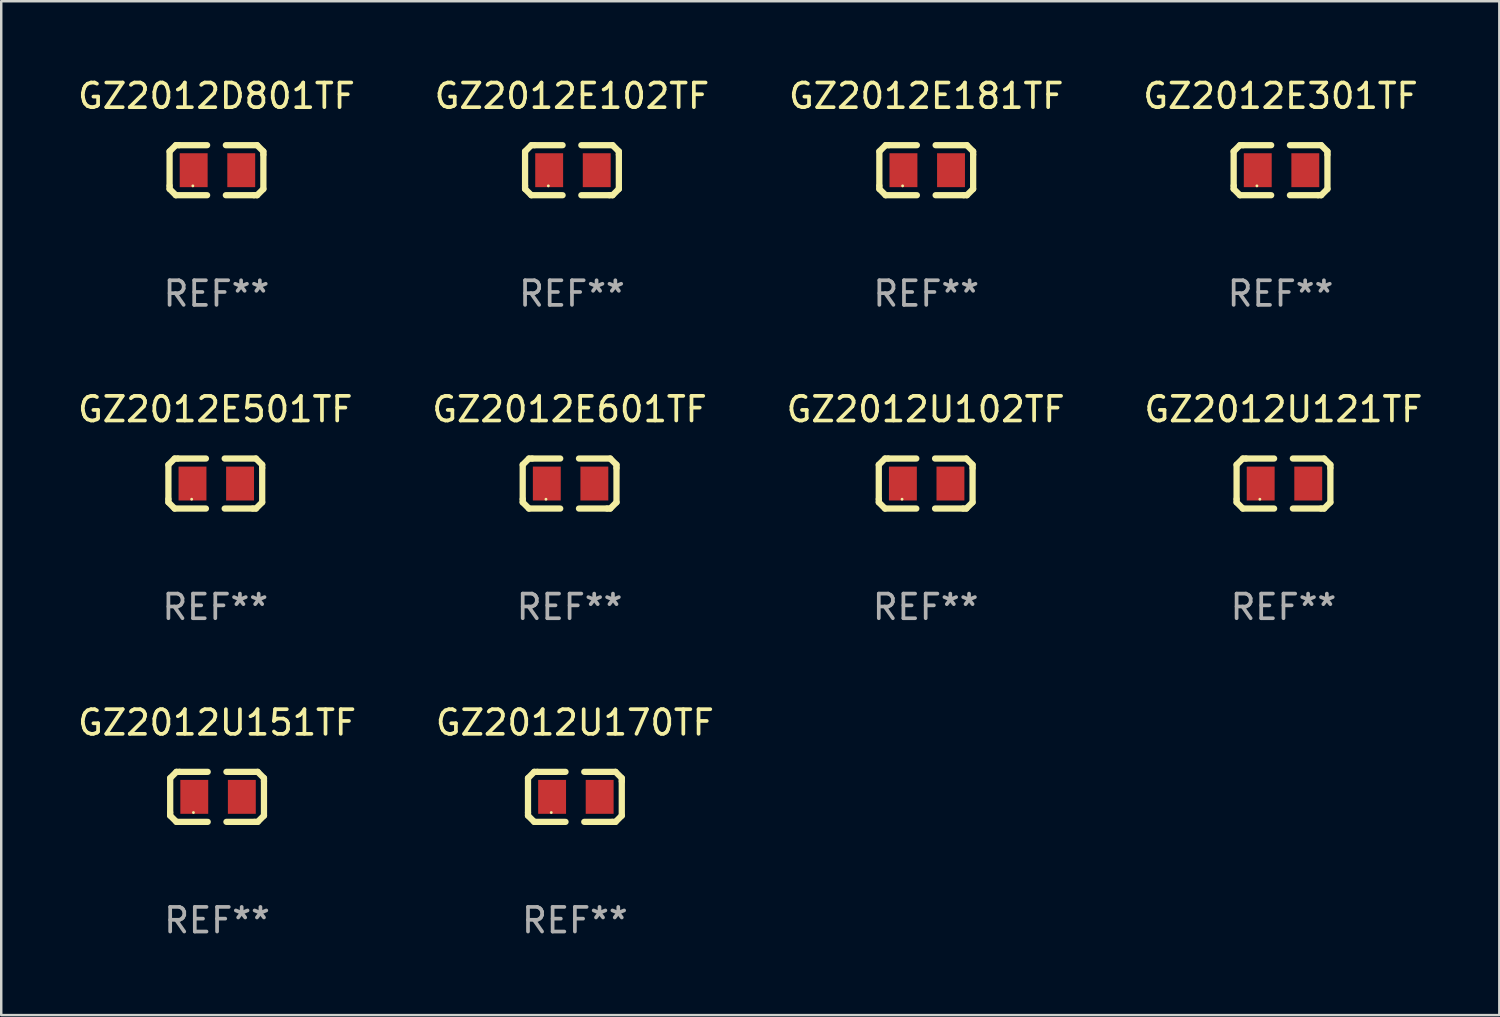
<source format=kicad_pcb>
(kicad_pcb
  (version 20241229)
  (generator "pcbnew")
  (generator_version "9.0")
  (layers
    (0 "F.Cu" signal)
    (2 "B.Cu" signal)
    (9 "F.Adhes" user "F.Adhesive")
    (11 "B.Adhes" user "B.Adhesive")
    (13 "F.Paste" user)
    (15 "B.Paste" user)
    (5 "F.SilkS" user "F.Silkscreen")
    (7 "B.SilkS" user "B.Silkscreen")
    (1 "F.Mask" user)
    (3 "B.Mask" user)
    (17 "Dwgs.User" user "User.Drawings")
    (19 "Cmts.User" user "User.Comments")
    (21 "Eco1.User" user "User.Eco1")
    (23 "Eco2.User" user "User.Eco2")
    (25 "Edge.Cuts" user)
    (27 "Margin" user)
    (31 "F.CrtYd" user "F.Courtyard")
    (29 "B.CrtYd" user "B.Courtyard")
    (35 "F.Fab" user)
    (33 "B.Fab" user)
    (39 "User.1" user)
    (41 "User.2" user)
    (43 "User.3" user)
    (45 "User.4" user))
  (footprint "GZ2012U102TF"
    (layer "F.Cu")
    (at 34.554 16.593)
    (property "Reference" "GZ2012U102TF" (at 0 -3.016 0) (layer "F.SilkS") (effects (font (size 1 1) (thickness 0.15))))
    (attr through_hole)
    (fp_line (start -1.905 -0.762) (end -1.905 0.635) (stroke (width 0.254) (type solid)) (layer "F.SilkS"))
    (fp_line (start -1.905 0.635) (end -1.905 0.762) (stroke (width 0.254) (type solid)) (layer "F.SilkS"))
    (fp_line (start -1.905 0.762) (end -1.651 1.016) (stroke (width 0.254) (type solid)) (layer "F.SilkS"))
    (fp_line (start -1.651 -1.016) (end -1.905 -0.762) (stroke (width 0.254) (type solid)) (layer "F.SilkS"))
    (fp_line (start -1.651 1.016) (end -0.381 1.016) (stroke (width 0.254) (type solid)) (layer "F.SilkS"))
    (fp_line (start -1.524 -1.016) (end -1.651 -1.016) (stroke (width 0.254) (type solid)) (layer "F.SilkS"))
    (fp_line (start -0.381 -1.016) (end -1.524 -1.016) (stroke (width 0.254) (type solid)) (layer "F.SilkS"))
    (fp_line (start 0.381 1.016) (end 1.524 1.016) (stroke (width 0.254) (type solid)) (layer "F.SilkS"))
    (fp_line (start 1.524 1.016) (end 1.651 1.016) (stroke (width 0.254) (type solid)) (layer "F.SilkS"))
    (fp_line (start 1.651 -1.016) (end 0.381 -1.016) (stroke (width 0.254) (type solid)) (layer "F.SilkS"))
    (fp_line (start 1.651 1.016) (end 1.905 0.762) (stroke (width 0.254) (type solid)) (layer "F.SilkS"))
    (fp_line (start 1.905 -0.762) (end 1.651 -1.016) (stroke (width 0.254) (type solid)) (layer "F.SilkS"))
    (fp_line (start 1.905 -0.635) (end 1.905 -0.762) (stroke (width 0.254) (type solid)) (layer "F.SilkS"))
    (fp_line (start 1.905 0.762) (end 1.905 -0.635) (stroke (width 0.254) (type solid)) (layer "F.SilkS"))
    (fp_circle (center -0.96 0.637) (end -0.93 0.637) (stroke (width 0.06) (type solid)) (fill no) (layer "F.SilkS"))
    (fp_text user "REF**" (at 0 5.016 0) (layer "F.Fab") (effects (font (size 1 1) (thickness 0.15))))
    (pad "1" smd rect (at -0.926 -0.000051) (size 1.133 1.377) (layers "F.Cu" "F.Mask" "F.Paste"))
    (pad "2" smd rect (at 1.006 -0.000051) (size 1.133 1.377) (layers "F.Cu" "F.Mask" "F.Paste")))
  (footprint "GZ2012E601TF"
    (layer "F.Cu")
    (at 20.089 16.593)
    (property "Reference" "GZ2012E601TF" (at 0 -3.016 0) (layer "F.SilkS") (effects (font (size 1 1) (thickness 0.15))))
    (attr through_hole)
    (fp_line (start -1.905 -0.762) (end -1.905 0.635) (stroke (width 0.254) (type solid)) (layer "F.SilkS"))
    (fp_line (start -1.905 0.635) (end -1.905 0.762) (stroke (width 0.254) (type solid)) (layer "F.SilkS"))
    (fp_line (start -1.905 0.762) (end -1.651 1.016) (stroke (width 0.254) (type solid)) (layer "F.SilkS"))
    (fp_line (start -1.651 -1.016) (end -1.905 -0.762) (stroke (width 0.254) (type solid)) (layer "F.SilkS"))
    (fp_line (start -1.651 1.016) (end -0.381 1.016) (stroke (width 0.254) (type solid)) (layer "F.SilkS"))
    (fp_line (start -1.524 -1.016) (end -1.651 -1.016) (stroke (width 0.254) (type solid)) (layer "F.SilkS"))
    (fp_line (start -0.381 -1.016) (end -1.524 -1.016) (stroke (width 0.254) (type solid)) (layer "F.SilkS"))
    (fp_line (start 0.381 1.016) (end 1.524 1.016) (stroke (width 0.254) (type solid)) (layer "F.SilkS"))
    (fp_line (start 1.524 1.016) (end 1.651 1.016) (stroke (width 0.254) (type solid)) (layer "F.SilkS"))
    (fp_line (start 1.651 -1.016) (end 0.381 -1.016) (stroke (width 0.254) (type solid)) (layer "F.SilkS"))
    (fp_line (start 1.651 1.016) (end 1.905 0.762) (stroke (width 0.254) (type solid)) (layer "F.SilkS"))
    (fp_line (start 1.905 -0.762) (end 1.651 -1.016) (stroke (width 0.254) (type solid)) (layer "F.SilkS"))
    (fp_line (start 1.905 -0.635) (end 1.905 -0.762) (stroke (width 0.254) (type solid)) (layer "F.SilkS"))
    (fp_line (start 1.905 0.762) (end 1.905 -0.635) (stroke (width 0.254) (type solid)) (layer "F.SilkS"))
    (fp_circle (center -0.96 0.637) (end -0.93 0.637) (stroke (width 0.06) (type solid)) (fill no) (layer "F.SilkS"))
    (fp_text user "REF**" (at 0 5.016 0) (layer "F.Fab") (effects (font (size 1 1) (thickness 0.15))))
    (pad "1" smd rect (at -0.926 -0.000051) (size 1.133 1.377) (layers "F.Cu" "F.Mask" "F.Paste"))
    (pad "2" smd rect (at 1.006 -0.000051) (size 1.133 1.377) (layers "F.Cu" "F.Mask" "F.Paste")))
  (footprint "GZ2012U170TF"
    (layer "F.Cu")
    (at 20.304 29.321)
    (property "Reference" "GZ2012U170TF" (at 0 -3.016 0) (layer "F.SilkS") (effects (font (size 1 1) (thickness 0.15))))
    (attr through_hole)
    (fp_line (start -1.905 -0.762) (end -1.905 0.635) (stroke (width 0.254) (type solid)) (layer "F.SilkS"))
    (fp_line (start -1.905 0.635) (end -1.905 0.762) (stroke (width 0.254) (type solid)) (layer "F.SilkS"))
    (fp_line (start -1.905 0.762) (end -1.651 1.016) (stroke (width 0.254) (type solid)) (layer "F.SilkS"))
    (fp_line (start -1.651 -1.016) (end -1.905 -0.762) (stroke (width 0.254) (type solid)) (layer "F.SilkS"))
    (fp_line (start -1.651 1.016) (end -0.381 1.016) (stroke (width 0.254) (type solid)) (layer "F.SilkS"))
    (fp_line (start -1.524 -1.016) (end -1.651 -1.016) (stroke (width 0.254) (type solid)) (layer "F.SilkS"))
    (fp_line (start -0.381 -1.016) (end -1.524 -1.016) (stroke (width 0.254) (type solid)) (layer "F.SilkS"))
    (fp_line (start 0.381 1.016) (end 1.524 1.016) (stroke (width 0.254) (type solid)) (layer "F.SilkS"))
    (fp_line (start 1.524 1.016) (end 1.651 1.016) (stroke (width 0.254) (type solid)) (layer "F.SilkS"))
    (fp_line (start 1.651 -1.016) (end 0.381 -1.016) (stroke (width 0.254) (type solid)) (layer "F.SilkS"))
    (fp_line (start 1.651 1.016) (end 1.905 0.762) (stroke (width 0.254) (type solid)) (layer "F.SilkS"))
    (fp_line (start 1.905 -0.762) (end 1.651 -1.016) (stroke (width 0.254) (type solid)) (layer "F.SilkS"))
    (fp_line (start 1.905 -0.635) (end 1.905 -0.762) (stroke (width 0.254) (type solid)) (layer "F.SilkS"))
    (fp_line (start 1.905 0.762) (end 1.905 -0.635) (stroke (width 0.254) (type solid)) (layer "F.SilkS"))
    (fp_circle (center -0.96 0.637) (end -0.93 0.637) (stroke (width 0.06) (type solid)) (fill no) (layer "F.SilkS"))
    (fp_text user "REF**" (at 0 5.016 0) (layer "F.Fab") (effects (font (size 1 1) (thickness 0.15))))
    (pad "1" smd rect (at -0.926 -0.000051) (size 1.133 1.377) (layers "F.Cu" "F.Mask" "F.Paste"))
    (pad "2" smd rect (at 1.006 -0.000051) (size 1.133 1.377) (layers "F.Cu" "F.Mask" "F.Paste")))
  (footprint "GZ2012U151TF"
    (layer "F.Cu")
    (at 5.768 29.321)
    (property "Reference" "GZ2012U151TF" (at 0 -3.016 0) (layer "F.SilkS") (effects (font (size 1 1) (thickness 0.15))))
    (attr through_hole)
    (fp_line (start -1.905 -0.762) (end -1.905 0.635) (stroke (width 0.254) (type solid)) (layer "F.SilkS"))
    (fp_line (start -1.905 0.635) (end -1.905 0.762) (stroke (width 0.254) (type solid)) (layer "F.SilkS"))
    (fp_line (start -1.905 0.762) (end -1.651 1.016) (stroke (width 0.254) (type solid)) (layer "F.SilkS"))
    (fp_line (start -1.651 -1.016) (end -1.905 -0.762) (stroke (width 0.254) (type solid)) (layer "F.SilkS"))
    (fp_line (start -1.651 1.016) (end -0.381 1.016) (stroke (width 0.254) (type solid)) (layer "F.SilkS"))
    (fp_line (start -1.524 -1.016) (end -1.651 -1.016) (stroke (width 0.254) (type solid)) (layer "F.SilkS"))
    (fp_line (start -0.381 -1.016) (end -1.524 -1.016) (stroke (width 0.254) (type solid)) (layer "F.SilkS"))
    (fp_line (start 0.381 1.016) (end 1.524 1.016) (stroke (width 0.254) (type solid)) (layer "F.SilkS"))
    (fp_line (start 1.524 1.016) (end 1.651 1.016) (stroke (width 0.254) (type solid)) (layer "F.SilkS"))
    (fp_line (start 1.651 -1.016) (end 0.381 -1.016) (stroke (width 0.254) (type solid)) (layer "F.SilkS"))
    (fp_line (start 1.651 1.016) (end 1.905 0.762) (stroke (width 0.254) (type solid)) (layer "F.SilkS"))
    (fp_line (start 1.905 -0.762) (end 1.651 -1.016) (stroke (width 0.254) (type solid)) (layer "F.SilkS"))
    (fp_line (start 1.905 -0.635) (end 1.905 -0.762) (stroke (width 0.254) (type solid)) (layer "F.SilkS"))
    (fp_line (start 1.905 0.762) (end 1.905 -0.635) (stroke (width 0.254) (type solid)) (layer "F.SilkS"))
    (fp_circle (center -0.96 0.637) (end -0.93 0.637) (stroke (width 0.06) (type solid)) (fill no) (layer "F.SilkS"))
    (fp_text user "REF**" (at 0 5.016 0) (layer "F.Fab") (effects (font (size 1 1) (thickness 0.15))))
    (pad "1" smd rect (at -0.926 -0.000051) (size 1.133 1.377) (layers "F.Cu" "F.Mask" "F.Paste"))
    (pad "2" smd rect (at 1.006 -0.000051) (size 1.133 1.377) (layers "F.Cu" "F.Mask" "F.Paste")))
  (footprint "GZ2012E501TF"
    (layer "F.Cu")
    (at 5.696 16.593)
    (property "Reference" "GZ2012E501TF" (at 0 -3.016 0) (layer "F.SilkS") (effects (font (size 1 1) (thickness 0.15))))
    (attr through_hole)
    (fp_line (start -1.905 -0.762) (end -1.905 0.635) (stroke (width 0.254) (type solid)) (layer "F.SilkS"))
    (fp_line (start -1.905 0.635) (end -1.905 0.762) (stroke (width 0.254) (type solid)) (layer "F.SilkS"))
    (fp_line (start -1.905 0.762) (end -1.651 1.016) (stroke (width 0.254) (type solid)) (layer "F.SilkS"))
    (fp_line (start -1.651 -1.016) (end -1.905 -0.762) (stroke (width 0.254) (type solid)) (layer "F.SilkS"))
    (fp_line (start -1.651 1.016) (end -0.381 1.016) (stroke (width 0.254) (type solid)) (layer "F.SilkS"))
    (fp_line (start -1.524 -1.016) (end -1.651 -1.016) (stroke (width 0.254) (type solid)) (layer "F.SilkS"))
    (fp_line (start -0.381 -1.016) (end -1.524 -1.016) (stroke (width 0.254) (type solid)) (layer "F.SilkS"))
    (fp_line (start 0.381 1.016) (end 1.524 1.016) (stroke (width 0.254) (type solid)) (layer "F.SilkS"))
    (fp_line (start 1.524 1.016) (end 1.651 1.016) (stroke (width 0.254) (type solid)) (layer "F.SilkS"))
    (fp_line (start 1.651 -1.016) (end 0.381 -1.016) (stroke (width 0.254) (type solid)) (layer "F.SilkS"))
    (fp_line (start 1.651 1.016) (end 1.905 0.762) (stroke (width 0.254) (type solid)) (layer "F.SilkS"))
    (fp_line (start 1.905 -0.762) (end 1.651 -1.016) (stroke (width 0.254) (type solid)) (layer "F.SilkS"))
    (fp_line (start 1.905 -0.635) (end 1.905 -0.762) (stroke (width 0.254) (type solid)) (layer "F.SilkS"))
    (fp_line (start 1.905 0.762) (end 1.905 -0.635) (stroke (width 0.254) (type solid)) (layer "F.SilkS"))
    (fp_circle (center -0.96 0.637) (end -0.93 0.637) (stroke (width 0.06) (type solid)) (fill no) (layer "F.SilkS"))
    (fp_text user "REF**" (at 0 5.016 0) (layer "F.Fab") (effects (font (size 1 1) (thickness 0.15))))
    (pad "1" smd rect (at -0.926 -0.000051) (size 1.133 1.377) (layers "F.Cu" "F.Mask" "F.Paste"))
    (pad "2" smd rect (at 1.006 -0.000051) (size 1.133 1.377) (layers "F.Cu" "F.Mask" "F.Paste")))
  (footprint "GZ2012U121TF"
    (layer "F.Cu")
    (at 49.089 16.593)
    (property "Reference" "GZ2012U121TF" (at 0 -3.016 0) (layer "F.SilkS") (effects (font (size 1 1) (thickness 0.15))))
    (attr through_hole)
    (fp_line (start -1.905 -0.762) (end -1.905 0.635) (stroke (width 0.254) (type solid)) (layer "F.SilkS"))
    (fp_line (start -1.905 0.635) (end -1.905 0.762) (stroke (width 0.254) (type solid)) (layer "F.SilkS"))
    (fp_line (start -1.905 0.762) (end -1.651 1.016) (stroke (width 0.254) (type solid)) (layer "F.SilkS"))
    (fp_line (start -1.651 -1.016) (end -1.905 -0.762) (stroke (width 0.254) (type solid)) (layer "F.SilkS"))
    (fp_line (start -1.651 1.016) (end -0.381 1.016) (stroke (width 0.254) (type solid)) (layer "F.SilkS"))
    (fp_line (start -1.524 -1.016) (end -1.651 -1.016) (stroke (width 0.254) (type solid)) (layer "F.SilkS"))
    (fp_line (start -0.381 -1.016) (end -1.524 -1.016) (stroke (width 0.254) (type solid)) (layer "F.SilkS"))
    (fp_line (start 0.381 1.016) (end 1.524 1.016) (stroke (width 0.254) (type solid)) (layer "F.SilkS"))
    (fp_line (start 1.524 1.016) (end 1.651 1.016) (stroke (width 0.254) (type solid)) (layer "F.SilkS"))
    (fp_line (start 1.651 -1.016) (end 0.381 -1.016) (stroke (width 0.254) (type solid)) (layer "F.SilkS"))
    (fp_line (start 1.651 1.016) (end 1.905 0.762) (stroke (width 0.254) (type solid)) (layer "F.SilkS"))
    (fp_line (start 1.905 -0.762) (end 1.651 -1.016) (stroke (width 0.254) (type solid)) (layer "F.SilkS"))
    (fp_line (start 1.905 -0.635) (end 1.905 -0.762) (stroke (width 0.254) (type solid)) (layer "F.SilkS"))
    (fp_line (start 1.905 0.762) (end 1.905 -0.635) (stroke (width 0.254) (type solid)) (layer "F.SilkS"))
    (fp_circle (center -0.96 0.637) (end -0.93 0.637) (stroke (width 0.06) (type solid)) (fill no) (layer "F.SilkS"))
    (fp_text user "REF**" (at 0 5.016 0) (layer "F.Fab") (effects (font (size 1 1) (thickness 0.15))))
    (pad "1" smd rect (at -0.926 -0.000051) (size 1.133 1.377) (layers "F.Cu" "F.Mask" "F.Paste"))
    (pad "2" smd rect (at 1.006 -0.000051) (size 1.133 1.377) (layers "F.Cu" "F.Mask" "F.Paste")))
  (footprint "GZ2012E301TF"
    (layer "F.Cu")
    (at 48.97 3.864)
    (property "Reference" "GZ2012E301TF" (at 0 -3.016 0) (layer "F.SilkS") (effects (font (size 1 1) (thickness 0.15))))
    (attr through_hole)
    (fp_line (start -1.905 -0.762) (end -1.905 0.635) (stroke (width 0.254) (type solid)) (layer "F.SilkS"))
    (fp_line (start -1.905 0.635) (end -1.905 0.762) (stroke (width 0.254) (type solid)) (layer "F.SilkS"))
    (fp_line (start -1.905 0.762) (end -1.651 1.016) (stroke (width 0.254) (type solid)) (layer "F.SilkS"))
    (fp_line (start -1.651 -1.016) (end -1.905 -0.762) (stroke (width 0.254) (type solid)) (layer "F.SilkS"))
    (fp_line (start -1.651 1.016) (end -0.381 1.016) (stroke (width 0.254) (type solid)) (layer "F.SilkS"))
    (fp_line (start -1.524 -1.016) (end -1.651 -1.016) (stroke (width 0.254) (type solid)) (layer "F.SilkS"))
    (fp_line (start -0.381 -1.016) (end -1.524 -1.016) (stroke (width 0.254) (type solid)) (layer "F.SilkS"))
    (fp_line (start 0.381 1.016) (end 1.524 1.016) (stroke (width 0.254) (type solid)) (layer "F.SilkS"))
    (fp_line (start 1.524 1.016) (end 1.651 1.016) (stroke (width 0.254) (type solid)) (layer "F.SilkS"))
    (fp_line (start 1.651 -1.016) (end 0.381 -1.016) (stroke (width 0.254) (type solid)) (layer "F.SilkS"))
    (fp_line (start 1.651 1.016) (end 1.905 0.762) (stroke (width 0.254) (type solid)) (layer "F.SilkS"))
    (fp_line (start 1.905 -0.762) (end 1.651 -1.016) (stroke (width 0.254) (type solid)) (layer "F.SilkS"))
    (fp_line (start 1.905 -0.635) (end 1.905 -0.762) (stroke (width 0.254) (type solid)) (layer "F.SilkS"))
    (fp_line (start 1.905 0.762) (end 1.905 -0.635) (stroke (width 0.254) (type solid)) (layer "F.SilkS"))
    (fp_circle (center -0.96 0.637) (end -0.93 0.637) (stroke (width 0.06) (type solid)) (fill no) (layer "F.SilkS"))
    (fp_text user "REF**" (at 0 5.016 0) (layer "F.Fab") (effects (font (size 1 1) (thickness 0.15))))
    (pad "1" smd rect (at -0.926 -0.000051) (size 1.133 1.377) (layers "F.Cu" "F.Mask" "F.Paste"))
    (pad "2" smd rect (at 1.006 -0.000051) (size 1.133 1.377) (layers "F.Cu" "F.Mask" "F.Paste")))
  (footprint "GZ2012E181TF"
    (layer "F.Cu")
    (at 34.577 3.864)
    (property "Reference" "GZ2012E181TF" (at 0 -3.016 0) (layer "F.SilkS") (effects (font (size 1 1) (thickness 0.15))))
    (attr through_hole)
    (fp_line (start -1.905 -0.762) (end -1.905 0.635) (stroke (width 0.254) (type solid)) (layer "F.SilkS"))
    (fp_line (start -1.905 0.635) (end -1.905 0.762) (stroke (width 0.254) (type solid)) (layer "F.SilkS"))
    (fp_line (start -1.905 0.762) (end -1.651 1.016) (stroke (width 0.254) (type solid)) (layer "F.SilkS"))
    (fp_line (start -1.651 -1.016) (end -1.905 -0.762) (stroke (width 0.254) (type solid)) (layer "F.SilkS"))
    (fp_line (start -1.651 1.016) (end -0.381 1.016) (stroke (width 0.254) (type solid)) (layer "F.SilkS"))
    (fp_line (start -1.524 -1.016) (end -1.651 -1.016) (stroke (width 0.254) (type solid)) (layer "F.SilkS"))
    (fp_line (start -0.381 -1.016) (end -1.524 -1.016) (stroke (width 0.254) (type solid)) (layer "F.SilkS"))
    (fp_line (start 0.381 1.016) (end 1.524 1.016) (stroke (width 0.254) (type solid)) (layer "F.SilkS"))
    (fp_line (start 1.524 1.016) (end 1.651 1.016) (stroke (width 0.254) (type solid)) (layer "F.SilkS"))
    (fp_line (start 1.651 -1.016) (end 0.381 -1.016) (stroke (width 0.254) (type solid)) (layer "F.SilkS"))
    (fp_line (start 1.651 1.016) (end 1.905 0.762) (stroke (width 0.254) (type solid)) (layer "F.SilkS"))
    (fp_line (start 1.905 -0.762) (end 1.651 -1.016) (stroke (width 0.254) (type solid)) (layer "F.SilkS"))
    (fp_line (start 1.905 -0.635) (end 1.905 -0.762) (stroke (width 0.254) (type solid)) (layer "F.SilkS"))
    (fp_line (start 1.905 0.762) (end 1.905 -0.635) (stroke (width 0.254) (type solid)) (layer "F.SilkS"))
    (fp_circle (center -0.96 0.637) (end -0.93 0.637) (stroke (width 0.06) (type solid)) (fill no) (layer "F.SilkS"))
    (fp_text user "REF**" (at 0 5.016 0) (layer "F.Fab") (effects (font (size 1 1) (thickness 0.15))))
    (pad "1" smd rect (at -0.926 -0.000051) (size 1.133 1.377) (layers "F.Cu" "F.Mask" "F.Paste"))
    (pad "2" smd rect (at 1.006 -0.000051) (size 1.133 1.377) (layers "F.Cu" "F.Mask" "F.Paste")))
  (footprint "GZ2012D801TF"
    (layer "F.Cu")
    (at 5.744 3.864)
    (property "Reference" "GZ2012D801TF" (at 0 -3.016 0) (layer "F.SilkS") (effects (font (size 1 1) (thickness 0.15))))
    (attr through_hole)
    (fp_line (start -1.905 -0.762) (end -1.905 0.635) (stroke (width 0.254) (type solid)) (layer "F.SilkS"))
    (fp_line (start -1.905 0.635) (end -1.905 0.762) (stroke (width 0.254) (type solid)) (layer "F.SilkS"))
    (fp_line (start -1.905 0.762) (end -1.651 1.016) (stroke (width 0.254) (type solid)) (layer "F.SilkS"))
    (fp_line (start -1.651 -1.016) (end -1.905 -0.762) (stroke (width 0.254) (type solid)) (layer "F.SilkS"))
    (fp_line (start -1.651 1.016) (end -0.381 1.016) (stroke (width 0.254) (type solid)) (layer "F.SilkS"))
    (fp_line (start -1.524 -1.016) (end -1.651 -1.016) (stroke (width 0.254) (type solid)) (layer "F.SilkS"))
    (fp_line (start -0.381 -1.016) (end -1.524 -1.016) (stroke (width 0.254) (type solid)) (layer "F.SilkS"))
    (fp_line (start 0.381 1.016) (end 1.524 1.016) (stroke (width 0.254) (type solid)) (layer "F.SilkS"))
    (fp_line (start 1.524 1.016) (end 1.651 1.016) (stroke (width 0.254) (type solid)) (layer "F.SilkS"))
    (fp_line (start 1.651 -1.016) (end 0.381 -1.016) (stroke (width 0.254) (type solid)) (layer "F.SilkS"))
    (fp_line (start 1.651 1.016) (end 1.905 0.762) (stroke (width 0.254) (type solid)) (layer "F.SilkS"))
    (fp_line (start 1.905 -0.762) (end 1.651 -1.016) (stroke (width 0.254) (type solid)) (layer "F.SilkS"))
    (fp_line (start 1.905 -0.635) (end 1.905 -0.762) (stroke (width 0.254) (type solid)) (layer "F.SilkS"))
    (fp_line (start 1.905 0.762) (end 1.905 -0.635) (stroke (width 0.254) (type solid)) (layer "F.SilkS"))
    (fp_circle (center -0.96 0.637) (end -0.93 0.637) (stroke (width 0.06) (type solid)) (fill no) (layer "F.SilkS"))
    (fp_text user "REF**" (at 0 5.016 0) (layer "F.Fab") (effects (font (size 1 1) (thickness 0.15))))
    (pad "1" smd rect (at -0.926 -0.000051) (size 1.133 1.377) (layers "F.Cu" "F.Mask" "F.Paste"))
    (pad "2" smd rect (at 1.006 -0.000051) (size 1.133 1.377) (layers "F.Cu" "F.Mask" "F.Paste")))
  (footprint "GZ2012E102TF"
    (layer "F.Cu")
    (at 20.185 3.864)
    (property "Reference" "GZ2012E102TF" (at 0 -3.016 0) (layer "F.SilkS") (effects (font (size 1 1) (thickness 0.15))))
    (attr through_hole)
    (fp_line (start -1.905 -0.762) (end -1.905 0.635) (stroke (width 0.254) (type solid)) (layer "F.SilkS"))
    (fp_line (start -1.905 0.635) (end -1.905 0.762) (stroke (width 0.254) (type solid)) (layer "F.SilkS"))
    (fp_line (start -1.905 0.762) (end -1.651 1.016) (stroke (width 0.254) (type solid)) (layer "F.SilkS"))
    (fp_line (start -1.651 -1.016) (end -1.905 -0.762) (stroke (width 0.254) (type solid)) (layer "F.SilkS"))
    (fp_line (start -1.651 1.016) (end -0.381 1.016) (stroke (width 0.254) (type solid)) (layer "F.SilkS"))
    (fp_line (start -1.524 -1.016) (end -1.651 -1.016) (stroke (width 0.254) (type solid)) (layer "F.SilkS"))
    (fp_line (start -0.381 -1.016) (end -1.524 -1.016) (stroke (width 0.254) (type solid)) (layer "F.SilkS"))
    (fp_line (start 0.381 1.016) (end 1.524 1.016) (stroke (width 0.254) (type solid)) (layer "F.SilkS"))
    (fp_line (start 1.524 1.016) (end 1.651 1.016) (stroke (width 0.254) (type solid)) (layer "F.SilkS"))
    (fp_line (start 1.651 -1.016) (end 0.381 -1.016) (stroke (width 0.254) (type solid)) (layer "F.SilkS"))
    (fp_line (start 1.651 1.016) (end 1.905 0.762) (stroke (width 0.254) (type solid)) (layer "F.SilkS"))
    (fp_line (start 1.905 -0.762) (end 1.651 -1.016) (stroke (width 0.254) (type solid)) (layer "F.SilkS"))
    (fp_line (start 1.905 -0.635) (end 1.905 -0.762) (stroke (width 0.254) (type solid)) (layer "F.SilkS"))
    (fp_line (start 1.905 0.762) (end 1.905 -0.635) (stroke (width 0.254) (type solid)) (layer "F.SilkS"))
    (fp_circle (center -0.96 0.637) (end -0.93 0.637) (stroke (width 0.06) (type solid)) (fill no) (layer "F.SilkS"))
    (fp_text user "REF**" (at 0 5.016 0) (layer "F.Fab") (effects (font (size 1 1) (thickness 0.15))))
    (pad "1" smd rect (at -0.926 -0.000051) (size 1.133 1.377) (layers "F.Cu" "F.Mask" "F.Paste"))
    (pad "2" smd rect (at 1.006 -0.000051) (size 1.133 1.377) (layers "F.Cu" "F.Mask" "F.Paste")))
  (gr_rect
    (start -3 -3)
    (end 57.857 38.186)
    (stroke (width 0.1) (type default))
    (fill no)
    (layer "Edge.Cuts")))
</source>
